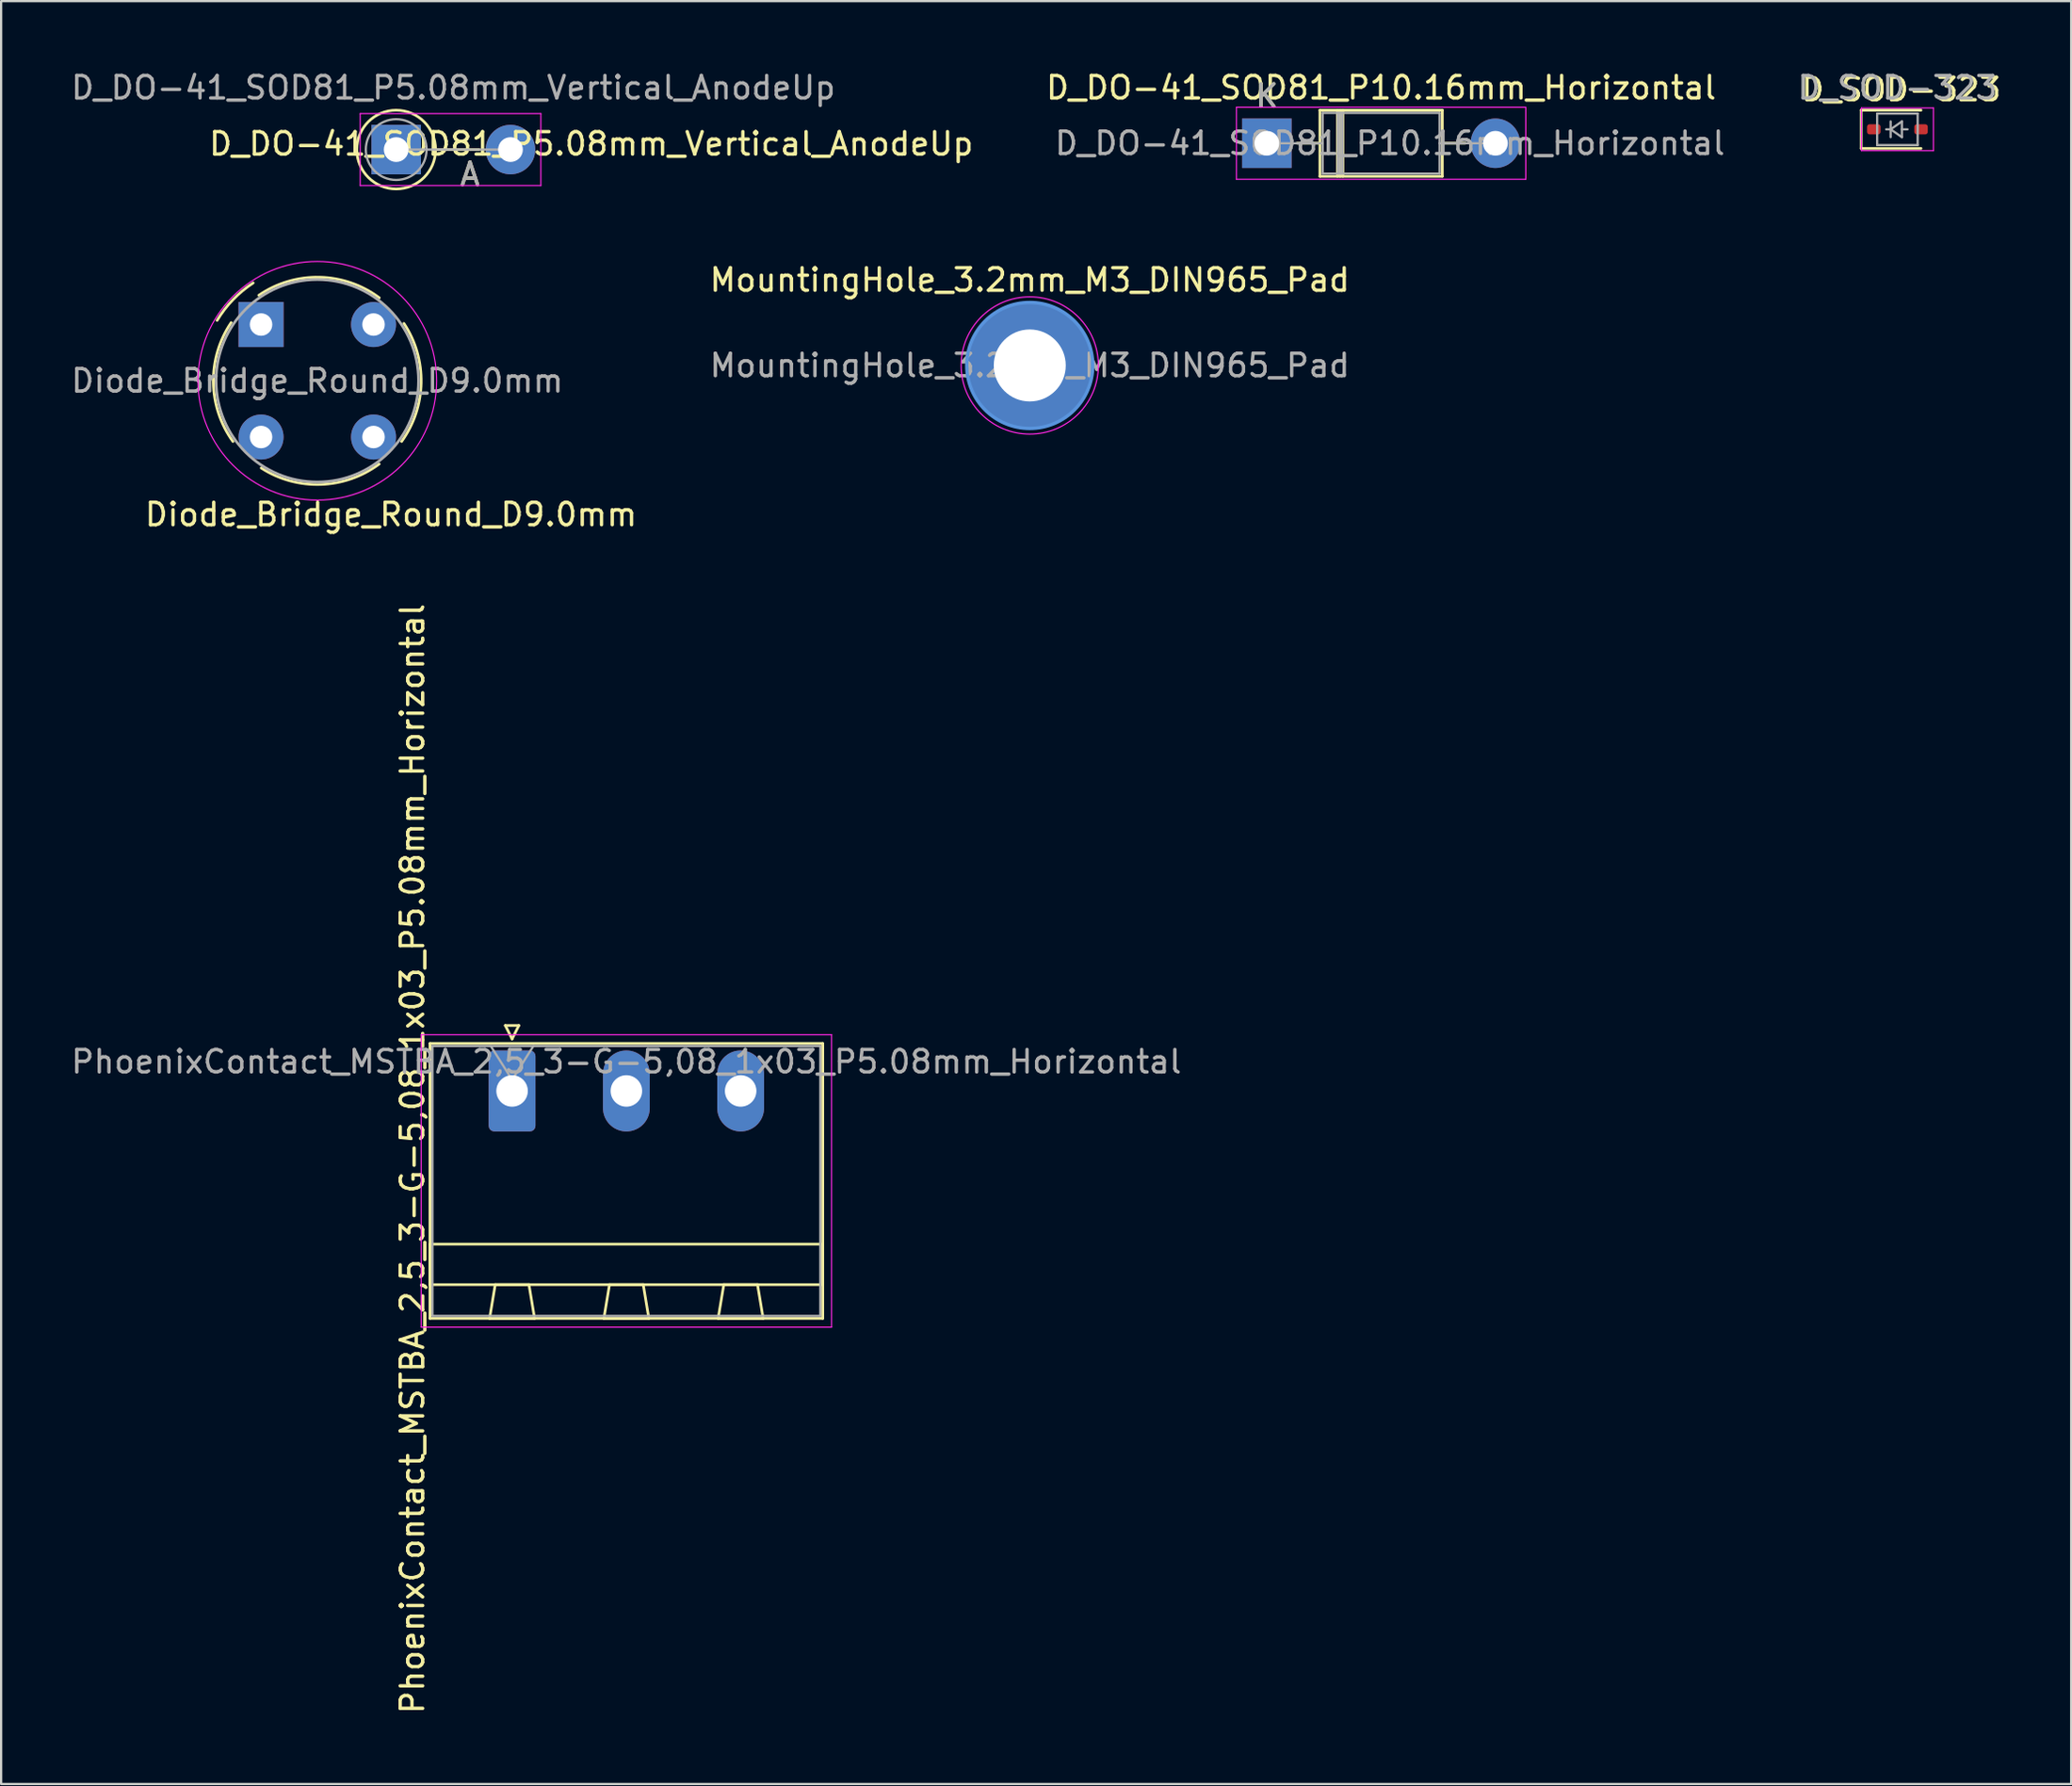
<source format=kicad_pcb>
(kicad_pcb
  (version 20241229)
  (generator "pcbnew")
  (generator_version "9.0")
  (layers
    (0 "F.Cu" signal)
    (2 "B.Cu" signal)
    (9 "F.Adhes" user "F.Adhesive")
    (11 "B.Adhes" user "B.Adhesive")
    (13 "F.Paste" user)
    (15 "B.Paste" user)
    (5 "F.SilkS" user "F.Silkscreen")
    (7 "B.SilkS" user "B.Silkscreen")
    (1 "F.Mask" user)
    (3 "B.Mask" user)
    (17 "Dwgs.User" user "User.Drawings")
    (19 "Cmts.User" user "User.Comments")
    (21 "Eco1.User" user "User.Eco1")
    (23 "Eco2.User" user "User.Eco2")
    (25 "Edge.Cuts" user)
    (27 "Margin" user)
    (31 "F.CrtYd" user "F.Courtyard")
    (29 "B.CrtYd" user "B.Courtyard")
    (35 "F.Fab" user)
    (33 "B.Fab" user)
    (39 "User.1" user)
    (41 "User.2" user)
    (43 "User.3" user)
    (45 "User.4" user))
  (footprint "MountingHole_3.2mm_M3_DIN965_Pad"
    (layer "F.Cu")
    (at 42.723 13.195)
    (property "Reference" "MountingHole_3.2mm_M3_DIN965_Pad" (at 0 -3.8 0) (layer "F.SilkS") (effects (font (size 1 1) (thickness 0.15))))
    (attr exclude_from_pos_files dnp)
    (fp_circle (center 0 0) (end 2.8 0) (stroke (width 0.15) (type solid)) (fill no) (layer "Cmts.User"))
    (fp_circle (center 0 0) (end 3.05 0) (stroke (width 0.05) (type solid)) (fill no) (layer "F.CrtYd"))
    (fp_text user "${REFERENCE}" (at 0 0 0) (layer "F.Fab") (effects (font (size 1 1) (thickness 0.15))))
    (pad "1" thru_hole circle (at 0 0) (size 5.6 5.6) (drill 3.2) (layers "*.Cu" "*.Mask")))
  (footprint "D_DO-41_SOD81_P5.08mm_Vertical_AnodeUp"
    (layer "F.Cu")
    (at 14.561 3.599)
    (property "Reference" "D_DO-41_SOD81_P5.08mm_Vertical_AnodeUp" (at 8.672 -0.254 180) (layer "F.SilkS") (effects (font (size 1 1) (thickness 0.15))))
    (attr through_hole)
    (fp_line (start 1.751 0) (end 3.68 0) (stroke (width 0.12) (type solid)) (layer "F.SilkS"))
    (fp_circle (center 0 0) (end 1.751 0) (stroke (width 0.12) (type solid)) (fill no) (layer "F.SilkS"))
    (fp_line (start -1.6 -1.6) (end -1.6 1.6) (stroke (width 0.05) (type solid)) (layer "F.CrtYd"))
    (fp_line (start -1.6 1.6) (end 6.43 1.6) (stroke (width 0.05) (type solid)) (layer "F.CrtYd"))
    (fp_line (start 6.43 -1.6) (end -1.6 -1.6) (stroke (width 0.05) (type solid)) (layer "F.CrtYd"))
    (fp_line (start 6.43 1.6) (end 6.43 -1.6) (stroke (width 0.05) (type solid)) (layer "F.CrtYd"))
    (fp_line (start 0 0) (end 5.08 0) (stroke (width 0.1) (type solid)) (layer "F.Fab"))
    (fp_circle (center 0 0) (end 1.35 0) (stroke (width 0.1) (type solid)) (fill no) (layer "F.Fab"))
    (fp_text user "A" (at 3.28 1.1 180) (layer "F.SilkS") (effects (font (size 1 1) (thickness 0.15))))
    (fp_text user "${REFERENCE}" (at 2.54 -2.751 180) (layer "F.Fab") (effects (font (size 1 1) (thickness 0.15))))
    (fp_text user "A" (at 3.28 1.1 180) (layer "F.Fab") (effects (font (size 1 1) (thickness 0.15))))
    (pad "1" thru_hole rect (at 0 0) (size 2.2 2.2) (drill 1.1) (layers "*.Cu" "*.Mask"))
    (pad "2" thru_hole oval (at 5.08 0) (size 2.2 2.2) (drill 1.1) (layers "*.Cu" "*.Mask")))
  (footprint "D_SOD-323"
    (layer "F.Cu")
    (at 81.29 2.698)
    (property "Reference" "D_SOD-323" (at 0.17 -1.77 0) (layer "F.SilkS") (effects (font (size 1 1) (thickness 0.15))))
    (attr smd)
    (fp_line (start -1.61 -0.85) (end -1.61 0.85) (stroke (width 0.12) (type solid)) (layer "F.SilkS"))
    (fp_line (start -1.61 -0.85) (end 1.05 -0.85) (stroke (width 0.12) (type solid)) (layer "F.SilkS"))
    (fp_line (start -1.61 0.85) (end 1.05 0.85) (stroke (width 0.12) (type solid)) (layer "F.SilkS"))
    (fp_line (start -1.6 -0.95) (end -1.6 0.95) (stroke (width 0.05) (type solid)) (layer "F.CrtYd"))
    (fp_line (start -1.6 -0.95) (end 1.6 -0.95) (stroke (width 0.05) (type solid)) (layer "F.CrtYd"))
    (fp_line (start -1.6 0.95) (end 1.6 0.95) (stroke (width 0.05) (type solid)) (layer "F.CrtYd"))
    (fp_line (start 1.6 -0.95) (end 1.6 0.95) (stroke (width 0.05) (type solid)) (layer "F.CrtYd"))
    (fp_line (start -0.9 -0.7) (end 0.9 -0.7) (stroke (width 0.1) (type solid)) (layer "F.Fab"))
    (fp_line (start -0.9 0.7) (end -0.9 -0.7) (stroke (width 0.1) (type solid)) (layer "F.Fab"))
    (fp_line (start -0.3 -0.35) (end -0.3 0.35) (stroke (width 0.1) (type solid)) (layer "F.Fab"))
    (fp_line (start -0.3 0) (end -0.5 0) (stroke (width 0.1) (type solid)) (layer "F.Fab"))
    (fp_line (start -0.3 0) (end 0.2 -0.35) (stroke (width 0.1) (type solid)) (layer "F.Fab"))
    (fp_line (start 0.2 -0.35) (end 0.2 0.35) (stroke (width 0.1) (type solid)) (layer "F.Fab"))
    (fp_line (start 0.2 0) (end 0.45 0) (stroke (width 0.1) (type solid)) (layer "F.Fab"))
    (fp_line (start 0.2 0.35) (end -0.3 0) (stroke (width 0.1) (type solid)) (layer "F.Fab"))
    (fp_line (start 0.9 -0.7) (end 0.9 0.7) (stroke (width 0.1) (type solid)) (layer "F.Fab"))
    (fp_line (start 0.9 0.7) (end -0.9 0.7) (stroke (width 0.1) (type solid)) (layer "F.Fab"))
    (fp_text user "${REFERENCE}" (at 0 -1.85 0) (layer "F.Fab") (effects (font (size 1 1) (thickness 0.15))))
    (pad "1" smd roundrect (at -1.05 0) (size 0.6 0.45) (layers "F.Cu" "F.Mask" "F.Paste") (roundrect_rratio 0.25))
    (pad "2" smd roundrect (at 1.05 0) (size 0.6 0.45) (layers "F.Cu" "F.Mask" "F.Paste") (roundrect_rratio 0.25)))
  (footprint "PhoenixContact_MSTBA_2,5_3-G-5,08_1x03_P5.08mm_Horizontal"
    (layer "F.Cu")
    (at 19.712 45.444)
    (property "Reference" "PhoenixContact_MSTBA_2,5_3-G-5,08_1x03_P5.08mm_Horizontal" (at -4.429 3.015 270) (layer "F.SilkS") (effects (font (size 1 1) (thickness 0.15))))
    (attr through_hole)
    (fp_line (start -3.65 -2.11) (end -3.65 10.11) (stroke (width 0.12) (type solid)) (layer "F.SilkS"))
    (fp_line (start -3.65 6.81) (end 13.81 6.81) (stroke (width 0.12) (type solid)) (layer "F.SilkS"))
    (fp_line (start -3.65 8.61) (end -3.65 6.81) (stroke (width 0.12) (type solid)) (layer "F.SilkS"))
    (fp_line (start -3.65 10.11) (end 13.81 10.11) (stroke (width 0.12) (type solid)) (layer "F.SilkS"))
    (fp_line (start -1 10.11) (end 1 10.11) (stroke (width 0.12) (type solid)) (layer "F.SilkS"))
    (fp_line (start -0.75 8.61) (end -1 10.11) (stroke (width 0.12) (type solid)) (layer "F.SilkS"))
    (fp_line (start -0.3 -2.91) (end 0.3 -2.91) (stroke (width 0.12) (type solid)) (layer "F.SilkS"))
    (fp_line (start 0 -2.31) (end -0.3 -2.91) (stroke (width 0.12) (type solid)) (layer "F.SilkS"))
    (fp_line (start 0.3 -2.91) (end 0 -2.31) (stroke (width 0.12) (type solid)) (layer "F.SilkS"))
    (fp_line (start 0.75 8.61) (end -0.75 8.61) (stroke (width 0.12) (type solid)) (layer "F.SilkS"))
    (fp_line (start 1 10.11) (end 0.75 8.61) (stroke (width 0.12) (type solid)) (layer "F.SilkS"))
    (fp_line (start 4.08 10.11) (end 6.08 10.11) (stroke (width 0.12) (type solid)) (layer "F.SilkS"))
    (fp_line (start 4.33 8.61) (end 4.08 10.11) (stroke (width 0.12) (type solid)) (layer "F.SilkS"))
    (fp_line (start 5.83 8.61) (end 4.33 8.61) (stroke (width 0.12) (type solid)) (layer "F.SilkS"))
    (fp_line (start 6.08 10.11) (end 5.83 8.61) (stroke (width 0.12) (type solid)) (layer "F.SilkS"))
    (fp_line (start 9.16 10.11) (end 11.16 10.11) (stroke (width 0.12) (type solid)) (layer "F.SilkS"))
    (fp_line (start 9.41 8.61) (end 9.16 10.11) (stroke (width 0.12) (type solid)) (layer "F.SilkS"))
    (fp_line (start 10.91 8.61) (end 9.41 8.61) (stroke (width 0.12) (type solid)) (layer "F.SilkS"))
    (fp_line (start 11.16 10.11) (end 10.91 8.61) (stroke (width 0.12) (type solid)) (layer "F.SilkS"))
    (fp_line (start 13.81 -2.11) (end -3.65 -2.11) (stroke (width 0.12) (type solid)) (layer "F.SilkS"))
    (fp_line (start 13.81 6.81) (end 13.81 8.61) (stroke (width 0.12) (type solid)) (layer "F.SilkS"))
    (fp_line (start 13.81 8.61) (end -3.65 8.61) (stroke (width 0.12) (type solid)) (layer "F.SilkS"))
    (fp_line (start 13.81 10.11) (end 13.81 -2.11) (stroke (width 0.12) (type solid)) (layer "F.SilkS"))
    (fp_line (start -4.04 -2.5) (end -4.04 10.5) (stroke (width 0.05) (type solid)) (layer "F.CrtYd"))
    (fp_line (start -4.04 10.5) (end 14.2 10.5) (stroke (width 0.05) (type solid)) (layer "F.CrtYd"))
    (fp_line (start 14.2 -2.5) (end -4.04 -2.5) (stroke (width 0.05) (type solid)) (layer "F.CrtYd"))
    (fp_line (start 14.2 10.5) (end 14.2 -2.5) (stroke (width 0.05) (type solid)) (layer "F.CrtYd"))
    (fp_line (start -3.54 -2) (end -3.54 10) (stroke (width 0.1) (type solid)) (layer "F.Fab"))
    (fp_line (start -3.54 10) (end 13.7 10) (stroke (width 0.1) (type solid)) (layer "F.Fab"))
    (fp_line (start 0 -0.5) (end -0.95 -2) (stroke (width 0.1) (type solid)) (layer "F.Fab"))
    (fp_line (start 0.95 -2) (end 0 -0.5) (stroke (width 0.1) (type solid)) (layer "F.Fab"))
    (fp_line (start 13.7 -2) (end -3.54 -2) (stroke (width 0.1) (type solid)) (layer "F.Fab"))
    (fp_line (start 13.7 10) (end 13.7 -2) (stroke (width 0.1) (type solid)) (layer "F.Fab"))
    (fp_text user "${REFERENCE}" (at 5.08 -1.3 180) (layer "F.Fab") (effects (font (size 1 1) (thickness 0.15))))
    (pad "1" thru_hole roundrect (at 0 0) (size 2.08 3.6) (drill 1.4) (layers "*.Cu" "*.Mask") (roundrect_rratio 0.12))
    (pad "2" thru_hole oval (at 5.08 0) (size 2.08 3.6) (drill 1.4) (layers "*.Cu" "*.Mask"))
    (pad "3" thru_hole oval (at 10.16 0) (size 2.08 3.6) (drill 1.4) (layers "*.Cu" "*.Mask")))
  (footprint "Diode_Bridge_Round_D9.0mm"
    (layer "F.Cu")
    (at 8.554 11.376)
    (property "Reference" "Diode_Bridge_Round_D9.0mm" (at 5.777 8.444 180) (layer "F.SilkS") (effects (font (size 1 1) (thickness 0.15))))
    (attr through_hole)
    (fp_arc (start -1.954487 -0.183757) (mid -1.246061 -1.107219) (end -0.35 -1.85) (stroke (width 0.12) (type solid)) (layer "F.SilkS"))
    (fp_arc (start -1.25 5.2) (mid -2.120355 2.569427) (end -1.329431 -0.086109) (stroke (width 0.12) (type solid)) (layer "F.SilkS"))
    (fp_arc (start -0.1 -1.3) (mid 2.595106 -2.103363) (end 5.254731 -1.189371) (stroke (width 0.12) (type solid)) (layer "F.SilkS"))
    (fp_arc (start 5.25 6.2) (mid 2.657169 7.107363) (end 0.008533 6.3788) (stroke (width 0.12) (type solid)) (layer "F.SilkS"))
    (fp_arc (start 6.35 -0.05) (mid 7.117021 2.590098) (end 6.247584 5.198261) (stroke (width 0.12) (type solid)) (layer "F.SilkS"))
    (fp_circle (center 2.5 2.5) (end -1.3 -1.2) (stroke (width 0.05) (type solid)) (fill no) (layer "F.CrtYd"))
    (fp_arc (start -2 2.5) (mid 7 2.5) (end -2 2.5) (stroke (width 0.12) (type solid)) (layer "F.Fab"))
    (fp_text user "${REFERENCE}" (at 2.5 2.5 180) (layer "F.Fab") (effects (font (size 1 1) (thickness 0.15))))
    (pad "1" thru_hole rect (at 0 0) (size 2 2) (drill 1) (layers "*.Cu" "*.Mask"))
    (pad "2" thru_hole oval (at 0 5) (size 2 2) (drill 1) (layers "*.Cu" "*.Mask"))
    (pad "3" thru_hole oval (at 5 5) (size 2 2) (drill 1) (layers "*.Cu" "*.Mask"))
    (pad "4" thru_hole oval (at 5 0) (size 2 2) (drill 1) (layers "*.Cu" "*.Mask")))
  (footprint "D_DO-41_SOD81_P10.16mm_Horizontal"
    (layer "F.Cu")
    (at 53.261 3.318)
    (property "Reference" "D_DO-41_SOD81_P10.16mm_Horizontal" (at 5.08 -2.47 180) (layer "F.SilkS") (effects (font (size 1 1) (thickness 0.15))))
    (attr through_hole)
    (fp_line (start 1.34 0) (end 2.36 0) (stroke (width 0.12) (type solid)) (layer "F.SilkS"))
    (fp_line (start 2.36 -1.47) (end 2.36 1.47) (stroke (width 0.12) (type solid)) (layer "F.SilkS"))
    (fp_line (start 2.36 1.47) (end 7.8 1.47) (stroke (width 0.12) (type solid)) (layer "F.SilkS"))
    (fp_line (start 3.14 -1.47) (end 3.14 1.47) (stroke (width 0.12) (type solid)) (layer "F.SilkS"))
    (fp_line (start 3.26 -1.47) (end 3.26 1.47) (stroke (width 0.12) (type solid)) (layer "F.SilkS"))
    (fp_line (start 3.38 -1.47) (end 3.38 1.47) (stroke (width 0.12) (type solid)) (layer "F.SilkS"))
    (fp_line (start 7.8 -1.47) (end 2.36 -1.47) (stroke (width 0.12) (type solid)) (layer "F.SilkS"))
    (fp_line (start 7.8 1.47) (end 7.8 -1.47) (stroke (width 0.12) (type solid)) (layer "F.SilkS"))
    (fp_line (start 8.82 0) (end 7.8 0) (stroke (width 0.12) (type solid)) (layer "F.SilkS"))
    (fp_line (start -1.35 -1.6) (end -1.35 1.6) (stroke (width 0.05) (type solid)) (layer "F.CrtYd"))
    (fp_line (start -1.35 1.6) (end 11.51 1.6) (stroke (width 0.05) (type solid)) (layer "F.CrtYd"))
    (fp_line (start 11.51 -1.6) (end -1.35 -1.6) (stroke (width 0.05) (type solid)) (layer "F.CrtYd"))
    (fp_line (start 11.51 1.6) (end 11.51 -1.6) (stroke (width 0.05) (type solid)) (layer "F.CrtYd"))
    (fp_line (start 0 0) (end 2.48 0) (stroke (width 0.1) (type solid)) (layer "F.Fab"))
    (fp_line (start 2.48 -1.35) (end 2.48 1.35) (stroke (width 0.1) (type solid)) (layer "F.Fab"))
    (fp_line (start 2.48 1.35) (end 7.68 1.35) (stroke (width 0.1) (type solid)) (layer "F.Fab"))
    (fp_line (start 3.16 -1.35) (end 3.16 1.35) (stroke (width 0.1) (type solid)) (layer "F.Fab"))
    (fp_line (start 3.26 -1.35) (end 3.26 1.35) (stroke (width 0.1) (type solid)) (layer "F.Fab"))
    (fp_line (start 3.36 -1.35) (end 3.36 1.35) (stroke (width 0.1) (type solid)) (layer "F.Fab"))
    (fp_line (start 7.68 -1.35) (end 2.48 -1.35) (stroke (width 0.1) (type solid)) (layer "F.Fab"))
    (fp_line (start 7.68 1.35) (end 7.68 -1.35) (stroke (width 0.1) (type solid)) (layer "F.Fab"))
    (fp_line (start 10.16 0) (end 7.68 0) (stroke (width 0.1) (type solid)) (layer "F.Fab"))
    (fp_text user "K" (at 0 -2.1 180) (layer "F.SilkS") (effects (font (size 1 1) (thickness 0.15))))
    (fp_text user "K" (at 0 -2.1 180) (layer "F.Fab") (effects (font (size 1 1) (thickness 0.15))))
    (fp_text user "${REFERENCE}" (at 5.47 0 180) (layer "F.Fab") (effects (font (size 1 1) (thickness 0.15))))
    (pad "1" thru_hole rect (at 0 0) (size 2.2 2.2) (drill 1.1) (layers "*.Cu" "*.Mask"))
    (pad "2" thru_hole oval (at 10.16 0) (size 2.2 2.2) (drill 1.1) (layers "*.Cu" "*.Mask")))
  (gr_rect
    (start -3 -3)
    (end 89.014 76.251)
    (stroke (width 0.1) (type default))
    (fill no)
    (layer "Edge.Cuts")))
</source>
